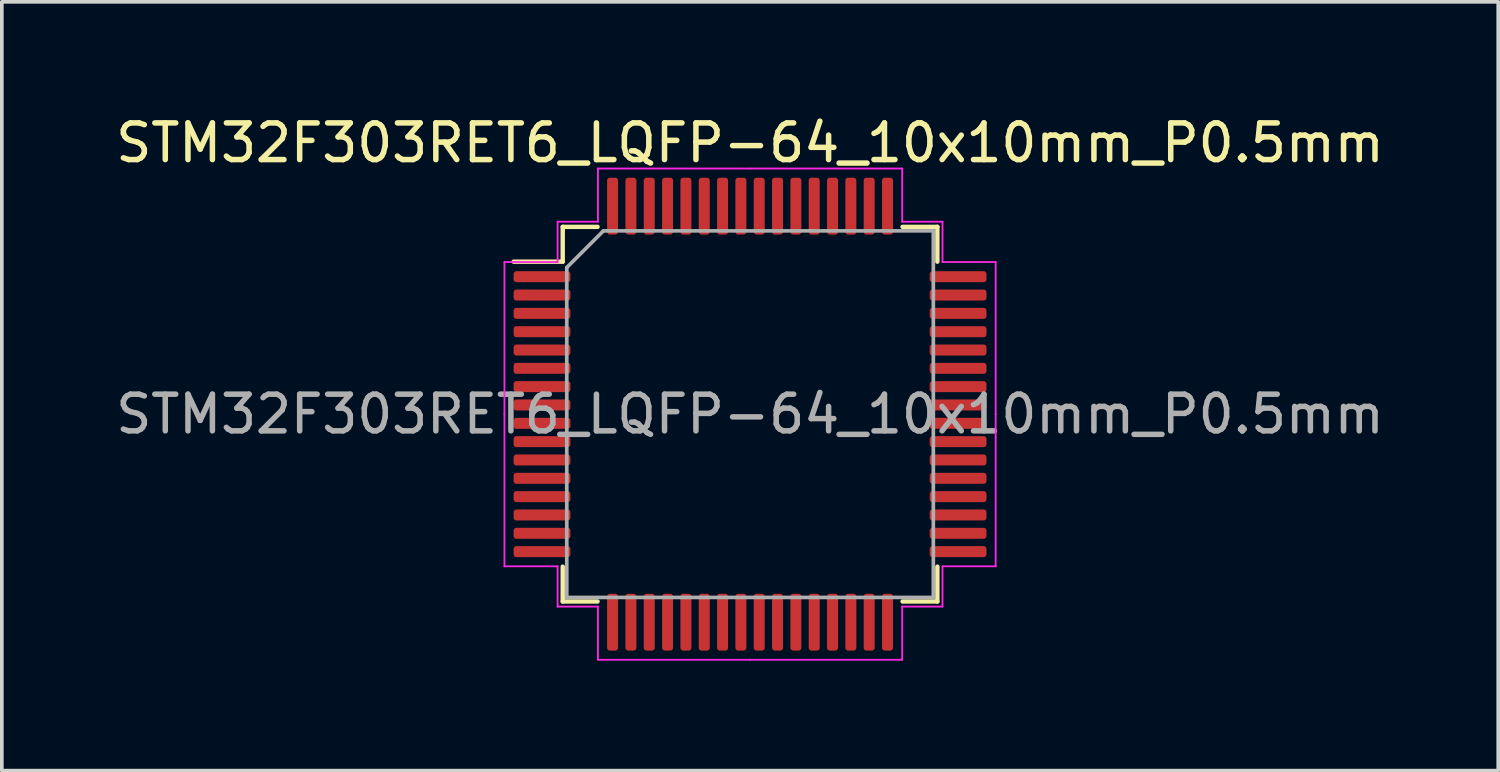
<source format=kicad_pcb>
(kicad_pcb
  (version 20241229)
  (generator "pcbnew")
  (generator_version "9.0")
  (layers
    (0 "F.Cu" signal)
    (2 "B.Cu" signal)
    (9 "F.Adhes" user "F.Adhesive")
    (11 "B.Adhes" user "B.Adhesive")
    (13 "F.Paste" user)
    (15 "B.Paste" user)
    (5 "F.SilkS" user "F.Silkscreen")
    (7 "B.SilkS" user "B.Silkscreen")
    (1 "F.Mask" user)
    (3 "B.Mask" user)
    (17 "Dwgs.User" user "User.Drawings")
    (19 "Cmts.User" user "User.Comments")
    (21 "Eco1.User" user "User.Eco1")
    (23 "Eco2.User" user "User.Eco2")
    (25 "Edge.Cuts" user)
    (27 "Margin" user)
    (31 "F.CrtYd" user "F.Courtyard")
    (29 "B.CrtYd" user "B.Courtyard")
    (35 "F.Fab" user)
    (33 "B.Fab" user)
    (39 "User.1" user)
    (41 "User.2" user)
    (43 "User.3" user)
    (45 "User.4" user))
  (footprint "STM32F303RET6_LQFP-64_10x10mm_P0.5mm"
    (layer "F.Cu")
    (at 17.411 8.248)
    (property "Reference" "STM32F303RET6_LQFP-64_10x10mm_P0.5mm" (at 0 -7.4 0) (layer "F.SilkS") (effects (font (size 1 1) (thickness 0.15))))
    (attr smd)
    (fp_line (start -5.11 -5.11) (end -5.11 -4.16) (stroke (width 0.12) (type solid)) (layer "F.SilkS"))
    (fp_line (start -5.11 -4.16) (end -6.45 -4.16) (stroke (width 0.12) (type solid)) (layer "F.SilkS"))
    (fp_line (start -5.11 5.11) (end -5.11 4.16) (stroke (width 0.12) (type solid)) (layer "F.SilkS"))
    (fp_line (start -4.16 -5.11) (end -5.11 -5.11) (stroke (width 0.12) (type solid)) (layer "F.SilkS"))
    (fp_line (start -4.16 5.11) (end -5.11 5.11) (stroke (width 0.12) (type solid)) (layer "F.SilkS"))
    (fp_line (start 4.16 -5.11) (end 5.11 -5.11) (stroke (width 0.12) (type solid)) (layer "F.SilkS"))
    (fp_line (start 4.16 5.11) (end 5.11 5.11) (stroke (width 0.12) (type solid)) (layer "F.SilkS"))
    (fp_line (start 5.11 -5.11) (end 5.11 -4.16) (stroke (width 0.12) (type solid)) (layer "F.SilkS"))
    (fp_line (start 5.11 5.11) (end 5.11 4.16) (stroke (width 0.12) (type solid)) (layer "F.SilkS"))
    (fp_line (start -6.7 -4.15) (end -6.7 0) (stroke (width 0.05) (type solid)) (layer "F.CrtYd"))
    (fp_line (start -6.7 4.15) (end -6.7 0) (stroke (width 0.05) (type solid)) (layer "F.CrtYd"))
    (fp_line (start -5.25 -5.25) (end -5.25 -4.15) (stroke (width 0.05) (type solid)) (layer "F.CrtYd"))
    (fp_line (start -5.25 -4.15) (end -6.7 -4.15) (stroke (width 0.05) (type solid)) (layer "F.CrtYd"))
    (fp_line (start -5.25 4.15) (end -6.7 4.15) (stroke (width 0.05) (type solid)) (layer "F.CrtYd"))
    (fp_line (start -5.25 5.25) (end -5.25 4.15) (stroke (width 0.05) (type solid)) (layer "F.CrtYd"))
    (fp_line (start -4.15 -6.7) (end -4.15 -5.25) (stroke (width 0.05) (type solid)) (layer "F.CrtYd"))
    (fp_line (start -4.15 -5.25) (end -5.25 -5.25) (stroke (width 0.05) (type solid)) (layer "F.CrtYd"))
    (fp_line (start -4.15 5.25) (end -5.25 5.25) (stroke (width 0.05) (type solid)) (layer "F.CrtYd"))
    (fp_line (start -4.15 6.7) (end -4.15 5.25) (stroke (width 0.05) (type solid)) (layer "F.CrtYd"))
    (fp_line (start 0 -6.7) (end -4.15 -6.7) (stroke (width 0.05) (type solid)) (layer "F.CrtYd"))
    (fp_line (start 0 -6.7) (end 4.15 -6.7) (stroke (width 0.05) (type solid)) (layer "F.CrtYd"))
    (fp_line (start 0 6.7) (end -4.15 6.7) (stroke (width 0.05) (type solid)) (layer "F.CrtYd"))
    (fp_line (start 0 6.7) (end 4.15 6.7) (stroke (width 0.05) (type solid)) (layer "F.CrtYd"))
    (fp_line (start 4.15 -6.7) (end 4.15 -5.25) (stroke (width 0.05) (type solid)) (layer "F.CrtYd"))
    (fp_line (start 4.15 -5.25) (end 5.25 -5.25) (stroke (width 0.05) (type solid)) (layer "F.CrtYd"))
    (fp_line (start 4.15 5.25) (end 5.25 5.25) (stroke (width 0.05) (type solid)) (layer "F.CrtYd"))
    (fp_line (start 4.15 6.7) (end 4.15 5.25) (stroke (width 0.05) (type solid)) (layer "F.CrtYd"))
    (fp_line (start 5.25 -5.25) (end 5.25 -4.15) (stroke (width 0.05) (type solid)) (layer "F.CrtYd"))
    (fp_line (start 5.25 -4.15) (end 6.7 -4.15) (stroke (width 0.05) (type solid)) (layer "F.CrtYd"))
    (fp_line (start 5.25 4.15) (end 6.7 4.15) (stroke (width 0.05) (type solid)) (layer "F.CrtYd"))
    (fp_line (start 5.25 5.25) (end 5.25 4.15) (stroke (width 0.05) (type solid)) (layer "F.CrtYd"))
    (fp_line (start 6.7 -4.15) (end 6.7 0) (stroke (width 0.05) (type solid)) (layer "F.CrtYd"))
    (fp_line (start 6.7 4.15) (end 6.7 0) (stroke (width 0.05) (type solid)) (layer "F.CrtYd"))
    (fp_line (start -5 -4) (end -4 -5) (stroke (width 0.1) (type solid)) (layer "F.Fab"))
    (fp_line (start -5 5) (end -5 -4) (stroke (width 0.1) (type solid)) (layer "F.Fab"))
    (fp_line (start -4 -5) (end 5 -5) (stroke (width 0.1) (type solid)) (layer "F.Fab"))
    (fp_line (start 5 -5) (end 5 5) (stroke (width 0.1) (type solid)) (layer "F.Fab"))
    (fp_line (start 5 5) (end -5 5) (stroke (width 0.1) (type solid)) (layer "F.Fab"))
    (fp_text user "${REFERENCE}" (at 0 0 0) (layer "F.Fab") (effects (font (size 1 1) (thickness 0.15))))
    (pad "B0" smd roundrect (at -1.75 -5.675) (size 0.3 1.55) (layers "F.Cu" "F.Mask" "F.Paste") (roundrect_rratio 0.25))
    (pad "PA0" smd roundrect (at -5.675 2.75) (size 1.55 0.3) (layers "F.Cu" "F.Mask" "F.Paste") (roundrect_rratio 0.25))
    (pad "PA1" smd roundrect (at -5.675 3.25) (size 1.55 0.3) (layers "F.Cu" "F.Mask" "F.Paste") (roundrect_rratio 0.25))
    (pad "PA2" smd roundrect (at -5.675 3.75) (size 1.55 0.3) (layers "F.Cu" "F.Mask" "F.Paste") (roundrect_rratio 0.25))
    (pad "PA3" smd roundrect (at -3.75 5.675) (size 0.3 1.55) (layers "F.Cu" "F.Mask" "F.Paste") (roundrect_rratio 0.25))
    (pad "PA4" smd roundrect (at -2.25 5.675) (size 0.3 1.55) (layers "F.Cu" "F.Mask" "F.Paste") (roundrect_rratio 0.25))
    (pad "PA5" smd roundrect (at -1.75 5.675) (size 0.3 1.55) (layers "F.Cu" "F.Mask" "F.Paste") (roundrect_rratio 0.25))
    (pad "PA6" smd roundrect (at -1.25 5.675) (size 0.3 1.55) (layers "F.Cu" "F.Mask" "F.Paste") (roundrect_rratio 0.25))
    (pad "PA7" smd roundrect (at -0.75 5.675) (size 0.3 1.55) (layers "F.Cu" "F.Mask" "F.Paste") (roundrect_rratio 0.25))
    (pad "PA8" smd roundrect (at 5.675 -0.25) (size 1.55 0.3) (layers "F.Cu" "F.Mask" "F.Paste") (roundrect_rratio 0.25))
    (pad "PA9" smd roundrect (at 5.675 -0.75) (size 1.55 0.3) (layers "F.Cu" "F.Mask" "F.Paste") (roundrect_rratio 0.25))
    (pad "PA10" smd roundrect (at 5.675 -1.25) (size 1.55 0.3) (layers "F.Cu" "F.Mask" "F.Paste") (roundrect_rratio 0.25))
    (pad "PA11" smd roundrect (at 5.675 -1.75) (size 1.55 0.3) (layers "F.Cu" "F.Mask" "F.Paste") (roundrect_rratio 0.25))
    (pad "PA12" smd roundrect (at 5.675 -2.25) (size 1.55 0.3) (layers "F.Cu" "F.Mask" "F.Paste") (roundrect_rratio 0.25))
    (pad "PA13" smd roundrect (at 5.675 -2.75) (size 1.55 0.3) (layers "F.Cu" "F.Mask" "F.Paste") (roundrect_rratio 0.25))
    (pad "PA14" smd roundrect (at 3.75 -5.675) (size 0.3 1.55) (layers "F.Cu" "F.Mask" "F.Paste") (roundrect_rratio 0.25))
    (pad "PA15" smd roundrect (at 3.25 -5.675) (size 0.3 1.55) (layers "F.Cu" "F.Mask" "F.Paste") (roundrect_rratio 0.25))
    (pad "PB0" smd roundrect (at 0.75 5.675) (size 0.3 1.55) (layers "F.Cu" "F.Mask" "F.Paste") (roundrect_rratio 0.25))
    (pad "PB1" smd roundrect (at 1.25 5.675) (size 0.3 1.55) (layers "F.Cu" "F.Mask" "F.Paste") (roundrect_rratio 0.25))
    (pad "PB2" smd roundrect (at 1.75 5.675) (size 0.3 1.55) (layers "F.Cu" "F.Mask" "F.Paste") (roundrect_rratio 0.25))
    (pad "PB3" smd roundrect (at 0.75 -5.675) (size 0.3 1.55) (layers "F.Cu" "F.Mask" "F.Paste") (roundrect_rratio 0.25))
    (pad "PB4" smd roundrect (at 0.25 -5.675) (size 0.3 1.55) (layers "F.Cu" "F.Mask" "F.Paste") (roundrect_rratio 0.25))
    (pad "PB5" smd roundrect (at -0.25 -5.675) (size 0.3 1.55) (layers "F.Cu" "F.Mask" "F.Paste") (roundrect_rratio 0.25))
    (pad "PB6" smd roundrect (at -0.75 -5.675) (size 0.3 1.55) (layers "F.Cu" "F.Mask" "F.Paste") (roundrect_rratio 0.25))
    (pad "PB7" smd roundrect (at -1.25 -5.675) (size 0.3 1.55) (layers "F.Cu" "F.Mask" "F.Paste") (roundrect_rratio 0.25))
    (pad "PB8" smd roundrect (at -2.25 -5.675) (size 0.3 1.55) (layers "F.Cu" "F.Mask" "F.Paste") (roundrect_rratio 0.25))
    (pad "PB9" smd roundrect (at -2.75 -5.675) (size 0.3 1.55) (layers "F.Cu" "F.Mask" "F.Paste") (roundrect_rratio 0.25))
    (pad "PB10" smd roundrect (at 2.25 5.675) (size 0.3 1.55) (layers "F.Cu" "F.Mask" "F.Paste") (roundrect_rratio 0.25))
    (pad "PB11" smd roundrect (at 2.75 5.675) (size 0.3 1.55) (layers "F.Cu" "F.Mask" "F.Paste") (roundrect_rratio 0.25))
    (pad "PB12" smd roundrect (at 5.675 3.75) (size 1.55 0.3) (layers "F.Cu" "F.Mask" "F.Paste") (roundrect_rratio 0.25))
    (pad "PB13" smd roundrect (at 5.675 3.25) (size 1.55 0.3) (layers "F.Cu" "F.Mask" "F.Paste") (roundrect_rratio 0.25))
    (pad "PB14" smd roundrect (at 5.675 2.75) (size 1.55 0.3) (layers "F.Cu" "F.Mask" "F.Paste") (roundrect_rratio 0.25))
    (pad "PB15" smd roundrect (at 5.675 2.25) (size 1.55 0.3) (layers "F.Cu" "F.Mask" "F.Paste") (roundrect_rratio 0.25))
    (pad "PC0" smd roundrect (at -5.675 -0.25) (size 1.55 0.3) (layers "F.Cu" "F.Mask" "F.Paste") (roundrect_rratio 0.25))
    (pad "PC1" smd roundrect (at -5.675 0.25) (size 1.55 0.3) (layers "F.Cu" "F.Mask" "F.Paste") (roundrect_rratio 0.25))
    (pad "PC2" smd roundrect (at -5.675 0.75) (size 1.55 0.3) (layers "F.Cu" "F.Mask" "F.Paste") (roundrect_rratio 0.25))
    (pad "PC3" smd roundrect (at -5.675 1.25) (size 1.55 0.3) (layers "F.Cu" "F.Mask" "F.Paste") (roundrect_rratio 0.25))
    (pad "PC4" smd roundrect (at -0.25 5.675) (size 0.3 1.55) (layers "F.Cu" "F.Mask" "F.Paste") (roundrect_rratio 0.25))
    (pad "PC5" smd roundrect (at 0.25 5.675) (size 0.3 1.55) (layers "F.Cu" "F.Mask" "F.Paste") (roundrect_rratio 0.25))
    (pad "PC6" smd roundrect (at 5.675 1.75) (size 1.55 0.3) (layers "F.Cu" "F.Mask" "F.Paste") (roundrect_rratio 0.25))
    (pad "PC7" smd roundrect (at 5.675 1.25) (size 1.55 0.3) (layers "F.Cu" "F.Mask" "F.Paste") (roundrect_rratio 0.25))
    (pad "PC8" smd roundrect (at 5.675 0.75) (size 1.55 0.3) (layers "F.Cu" "F.Mask" "F.Paste") (roundrect_rratio 0.25))
    (pad "PC9" smd roundrect (at 5.675 0.25) (size 1.55 0.3) (layers "F.Cu" "F.Mask" "F.Paste") (roundrect_rratio 0.25))
    (pad "PC10" smd roundrect (at 2.75 -5.675) (size 0.3 1.55) (layers "F.Cu" "F.Mask" "F.Paste") (roundrect_rratio 0.25))
    (pad "PC11" smd roundrect (at 2.25 -5.675) (size 0.3 1.55) (layers "F.Cu" "F.Mask" "F.Paste") (roundrect_rratio 0.25))
    (pad "PC12" smd roundrect (at 1.75 -5.675) (size 0.3 1.55) (layers "F.Cu" "F.Mask" "F.Paste") (roundrect_rratio 0.25))
    (pad "PC13" smd roundrect (at -5.675 -3.25) (size 1.55 0.3) (layers "F.Cu" "F.Mask" "F.Paste") (roundrect_rratio 0.25))
    (pad "PC14" smd roundrect (at -5.675 -2.75) (size 1.55 0.3) (layers "F.Cu" "F.Mask" "F.Paste") (roundrect_rratio 0.25))
    (pad "PC15" smd roundrect (at -5.675 -2.25) (size 1.55 0.3) (layers "F.Cu" "F.Mask" "F.Paste") (roundrect_rratio 0.25))
    (pad "PD2" smd roundrect (at 1.25 -5.675) (size 0.3 1.55) (layers "F.Cu" "F.Mask" "F.Paste") (roundrect_rratio 0.25))
    (pad "PF0" smd roundrect (at -5.675 -1.75) (size 1.55 0.3) (layers "F.Cu" "F.Mask" "F.Paste") (roundrect_rratio 0.25))
    (pad "PF1" smd roundrect (at -5.675 -1.25) (size 1.55 0.3) (layers "F.Cu" "F.Mask" "F.Paste") (roundrect_rratio 0.25))
    (pad "RST" smd roundrect (at -5.675 -0.75) (size 1.55 0.3) (layers "F.Cu" "F.Mask" "F.Paste") (roundrect_rratio 0.25))
    (pad "VBAT" smd roundrect (at -5.675 -3.75) (size 1.55 0.3) (layers "F.Cu" "F.Mask" "F.Paste") (roundrect_rratio 0.25))
    (pad "VDD0" smd roundrect (at -2.75 5.675) (size 0.3 1.55) (layers "F.Cu" "F.Mask" "F.Paste") (roundrect_rratio 0.25))
    (pad "VDD1" smd roundrect (at 3.75 5.675) (size 0.3 1.55) (layers "F.Cu" "F.Mask" "F.Paste") (roundrect_rratio 0.25))
    (pad "VDD2" smd roundrect (at 5.675 -3.75) (size 1.55 0.3) (layers "F.Cu" "F.Mask" "F.Paste") (roundrect_rratio 0.25))
    (pad "VDD3" smd roundrect (at -3.75 -5.675) (size 0.3 1.55) (layers "F.Cu" "F.Mask" "F.Paste") (roundrect_rratio 0.25))
    (pad "VDDA" smd roundrect (at -5.675 2.25) (size 1.55 0.3) (layers "F.Cu" "F.Mask" "F.Paste") (roundrect_rratio 0.25))
    (pad "VSS0" smd roundrect (at -3.25 5.675) (size 0.3 1.55) (layers "F.Cu" "F.Mask" "F.Paste") (roundrect_rratio 0.25))
    (pad "VSS1" smd roundrect (at 3.25 5.675) (size 0.3 1.55) (layers "F.Cu" "F.Mask" "F.Paste") (roundrect_rratio 0.25))
    (pad "VSS2" smd roundrect (at 5.675 -3.25) (size 1.55 0.3) (layers "F.Cu" "F.Mask" "F.Paste") (roundrect_rratio 0.25))
    (pad "VSS3" smd roundrect (at -3.25 -5.675) (size 0.3 1.55) (layers "F.Cu" "F.Mask" "F.Paste") (roundrect_rratio 0.25))
    (pad "VSSA" smd roundrect (at -5.675 1.75) (size 1.55 0.3) (layers "F.Cu" "F.Mask" "F.Paste") (roundrect_rratio 0.25)))
  (gr_rect
    (start -3 -3)
    (end 37.821 17.973)
    (stroke (width 0.1) (type default))
    (fill no)
    (layer "Edge.Cuts")))
</source>
